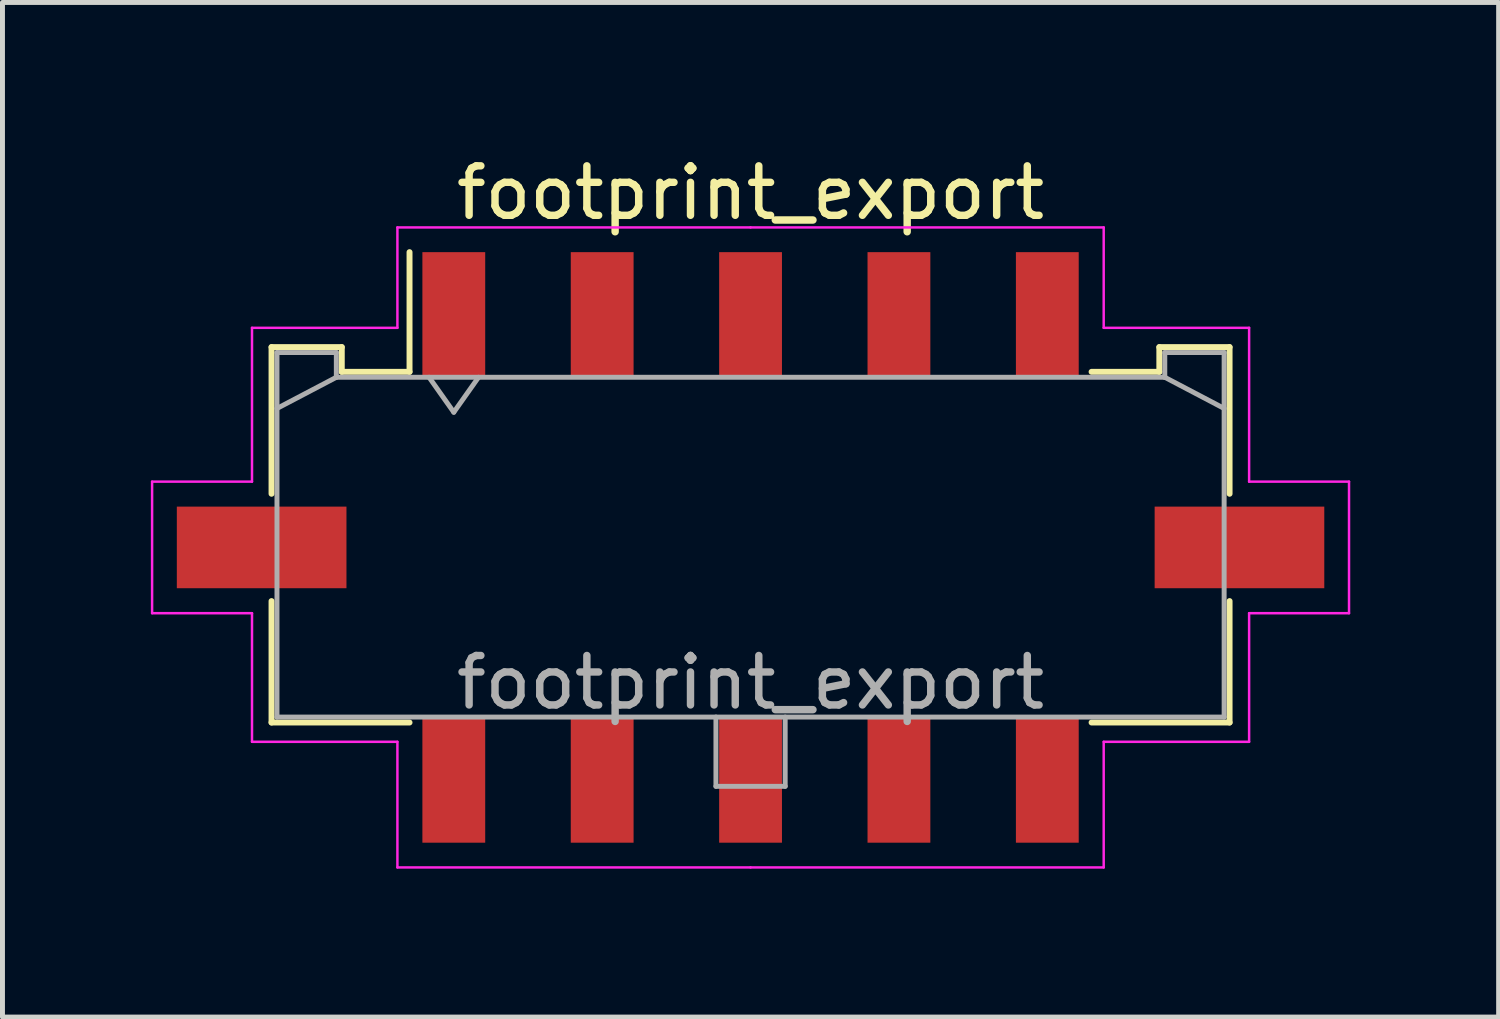
<source format=kicad_pcb>
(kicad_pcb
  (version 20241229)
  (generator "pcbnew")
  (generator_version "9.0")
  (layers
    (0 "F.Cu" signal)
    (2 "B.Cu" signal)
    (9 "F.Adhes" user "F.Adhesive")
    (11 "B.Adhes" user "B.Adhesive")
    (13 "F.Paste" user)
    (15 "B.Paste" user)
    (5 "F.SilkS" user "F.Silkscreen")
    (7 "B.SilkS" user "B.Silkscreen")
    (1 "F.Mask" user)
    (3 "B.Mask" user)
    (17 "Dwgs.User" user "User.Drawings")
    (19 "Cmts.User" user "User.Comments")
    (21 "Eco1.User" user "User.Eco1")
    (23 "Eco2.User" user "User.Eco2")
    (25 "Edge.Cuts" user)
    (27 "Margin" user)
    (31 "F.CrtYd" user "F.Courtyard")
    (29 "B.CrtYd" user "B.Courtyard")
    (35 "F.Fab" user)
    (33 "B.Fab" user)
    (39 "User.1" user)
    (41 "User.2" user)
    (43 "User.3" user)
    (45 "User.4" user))
  (footprint "footprint_export"
    (layer "F.Cu")
    (at 12.125 8.018)
    (property "Reference" "footprint_export" (at 0 -7.17 0) (layer "F.SilkS") (effects (font (size 1 1) (thickness 0.15))))
    (attr smd)
    (fp_line (start -9.685 -4.05) (end -8.265 -4.05) (stroke (width 0.12) (type solid)) (layer "F.SilkS"))
    (fp_line (start -9.685 -1.085) (end -9.685 -4.05) (stroke (width 0.12) (type solid)) (layer "F.SilkS"))
    (fp_line (start -9.685 1.085) (end -9.685 3.54) (stroke (width 0.12) (type solid)) (layer "F.SilkS"))
    (fp_line (start -9.685 3.54) (end -6.895 3.54) (stroke (width 0.12) (type solid)) (layer "F.SilkS"))
    (fp_line (start -8.265 -4.05) (end -8.265 -3.55) (stroke (width 0.12) (type solid)) (layer "F.SilkS"))
    (fp_line (start -8.265 -3.55) (end -6.895 -3.55) (stroke (width 0.12) (type solid)) (layer "F.SilkS"))
    (fp_line (start -6.895 -3.55) (end -6.895 -5.97) (stroke (width 0.12) (type solid)) (layer "F.SilkS"))
    (fp_line (start 8.265 -4.05) (end 8.265 -3.55) (stroke (width 0.12) (type solid)) (layer "F.SilkS"))
    (fp_line (start 8.265 -3.55) (end 6.895 -3.55) (stroke (width 0.12) (type solid)) (layer "F.SilkS"))
    (fp_line (start 9.685 -4.05) (end 8.265 -4.05) (stroke (width 0.12) (type solid)) (layer "F.SilkS"))
    (fp_line (start 9.685 -1.085) (end 9.685 -4.05) (stroke (width 0.12) (type solid)) (layer "F.SilkS"))
    (fp_line (start 9.685 1.085) (end 9.685 3.54) (stroke (width 0.12) (type solid)) (layer "F.SilkS"))
    (fp_line (start 9.685 3.54) (end 6.895 3.54) (stroke (width 0.12) (type solid)) (layer "F.SilkS"))
    (fp_line (start -12.1 -1.33) (end -12.1 1.33) (stroke (width 0.05) (type solid)) (layer "F.CrtYd"))
    (fp_line (start -12.1 1.33) (end -10.08 1.33) (stroke (width 0.05) (type solid)) (layer "F.CrtYd"))
    (fp_line (start -10.08 -4.44) (end -10.08 -1.33) (stroke (width 0.05) (type solid)) (layer "F.CrtYd"))
    (fp_line (start -10.08 -1.33) (end -12.1 -1.33) (stroke (width 0.05) (type solid)) (layer "F.CrtYd"))
    (fp_line (start -10.08 1.33) (end -10.08 3.93) (stroke (width 0.05) (type solid)) (layer "F.CrtYd"))
    (fp_line (start -10.08 3.93) (end -7.14 3.93) (stroke (width 0.05) (type solid)) (layer "F.CrtYd"))
    (fp_line (start -7.14 -6.47) (end -7.14 -4.44) (stroke (width 0.05) (type solid)) (layer "F.CrtYd"))
    (fp_line (start -7.14 -4.44) (end -10.08 -4.44) (stroke (width 0.05) (type solid)) (layer "F.CrtYd"))
    (fp_line (start -7.14 3.93) (end -7.14 6.47) (stroke (width 0.05) (type solid)) (layer "F.CrtYd"))
    (fp_line (start -7.14 6.47) (end 0 6.47) (stroke (width 0.05) (type solid)) (layer "F.CrtYd"))
    (fp_line (start 0 -6.47) (end -7.14 -6.47) (stroke (width 0.05) (type solid)) (layer "F.CrtYd"))
    (fp_line (start 0 -6.47) (end 7.14 -6.47) (stroke (width 0.05) (type solid)) (layer "F.CrtYd"))
    (fp_line (start 7.14 -6.47) (end 7.14 -4.44) (stroke (width 0.05) (type solid)) (layer "F.CrtYd"))
    (fp_line (start 7.14 -4.44) (end 10.08 -4.44) (stroke (width 0.05) (type solid)) (layer "F.CrtYd"))
    (fp_line (start 7.14 3.93) (end 7.14 6.47) (stroke (width 0.05) (type solid)) (layer "F.CrtYd"))
    (fp_line (start 7.14 6.47) (end 0 6.47) (stroke (width 0.05) (type solid)) (layer "F.CrtYd"))
    (fp_line (start 10.08 -4.44) (end 10.08 -1.33) (stroke (width 0.05) (type solid)) (layer "F.CrtYd"))
    (fp_line (start 10.08 -1.33) (end 12.1 -1.33) (stroke (width 0.05) (type solid)) (layer "F.CrtYd"))
    (fp_line (start 10.08 1.33) (end 10.08 3.93) (stroke (width 0.05) (type solid)) (layer "F.CrtYd"))
    (fp_line (start 10.08 3.93) (end 7.14 3.93) (stroke (width 0.05) (type solid)) (layer "F.CrtYd"))
    (fp_line (start 12.1 -1.33) (end 12.1 1.33) (stroke (width 0.05) (type solid)) (layer "F.CrtYd"))
    (fp_line (start 12.1 1.33) (end 10.08 1.33) (stroke (width 0.05) (type solid)) (layer "F.CrtYd"))
    (fp_line (start -9.575 -3.94) (end -9.575 3.43) (stroke (width 0.1) (type solid)) (layer "F.Fab"))
    (fp_line (start -9.575 -2.81) (end -8.375 -3.44) (stroke (width 0.1) (type solid)) (layer "F.Fab"))
    (fp_line (start -9.575 3.43) (end 9.575 3.43) (stroke (width 0.1) (type solid)) (layer "F.Fab"))
    (fp_line (start -8.375 -3.94) (end -9.575 -3.94) (stroke (width 0.1) (type solid)) (layer "F.Fab"))
    (fp_line (start -8.375 -3.44) (end -8.375 -3.94) (stroke (width 0.1) (type solid)) (layer "F.Fab"))
    (fp_line (start -6.5 -3.44) (end -6 -2.733) (stroke (width 0.1) (type solid)) (layer "F.Fab"))
    (fp_line (start -6 -2.733) (end -5.5 -3.44) (stroke (width 0.1) (type solid)) (layer "F.Fab"))
    (fp_line (start -0.7 3.43) (end -0.7 4.83) (stroke (width 0.1) (type solid)) (layer "F.Fab"))
    (fp_line (start -0.7 4.83) (end 0.7 4.83) (stroke (width 0.1) (type solid)) (layer "F.Fab"))
    (fp_line (start 0.7 4.83) (end 0.7 3.43) (stroke (width 0.1) (type solid)) (layer "F.Fab"))
    (fp_line (start 8.375 -3.94) (end 8.375 -3.44) (stroke (width 0.1) (type solid)) (layer "F.Fab"))
    (fp_line (start 8.375 -3.44) (end -8.375 -3.44) (stroke (width 0.1) (type solid)) (layer "F.Fab"))
    (fp_line (start 9.575 -3.94) (end 8.375 -3.94) (stroke (width 0.1) (type solid)) (layer "F.Fab"))
    (fp_line (start 9.575 -2.81) (end 8.375 -3.44) (stroke (width 0.1) (type solid)) (layer "F.Fab"))
    (fp_line (start 9.575 3.43) (end 9.575 -3.94) (stroke (width 0.1) (type solid)) (layer "F.Fab"))
    (fp_text user "${REFERENCE}" (at 0 2.73 0) (layer "F.Fab") (effects (font (size 1 1) (thickness 0.15))))
    (pad "1" smd rect (at -6 -4.7) (size 1.27 2.54) (layers "F.Cu" "F.Mask" "F.Paste"))
    (pad "2" smd rect (at -3 -4.7) (size 1.27 2.54) (layers "F.Cu" "F.Mask" "F.Paste"))
    (pad "3" smd rect (at 0 -4.7) (size 1.27 2.54) (layers "F.Cu" "F.Mask" "F.Paste"))
    (pad "4" smd rect (at 3 -4.7) (size 1.27 2.54) (layers "F.Cu" "F.Mask" "F.Paste"))
    (pad "5" smd rect (at 6 -4.7) (size 1.27 2.54) (layers "F.Cu" "F.Mask" "F.Paste"))
    (pad "6" smd rect (at -6 4.7) (size 1.27 2.54) (layers "F.Cu" "F.Mask" "F.Paste"))
    (pad "7" smd rect (at -3 4.7) (size 1.27 2.54) (layers "F.Cu" "F.Mask" "F.Paste"))
    (pad "8" smd rect (at 0 4.7) (size 1.27 2.54) (layers "F.Cu" "F.Mask" "F.Paste"))
    (pad "9" smd rect (at 3 4.7) (size 1.27 2.54) (layers "F.Cu" "F.Mask" "F.Paste"))
    (pad "10" smd rect (at 6 4.7) (size 1.27 2.54) (layers "F.Cu" "F.Mask" "F.Paste"))
    (pad "MP" smd rect (at -9.885 0) (size 3.43 1.65) (layers "F.Cu" "F.Mask" "F.Paste"))
    (pad "MP" smd rect (at 9.885 0) (size 3.43 1.65) (layers "F.Cu" "F.Mask" "F.Paste")))
  (gr_rect
    (start -3 -3)
    (end 27.25 17.513)
    (stroke (width 0.1) (type default))
    (fill no)
    (layer "Edge.Cuts")))
</source>
